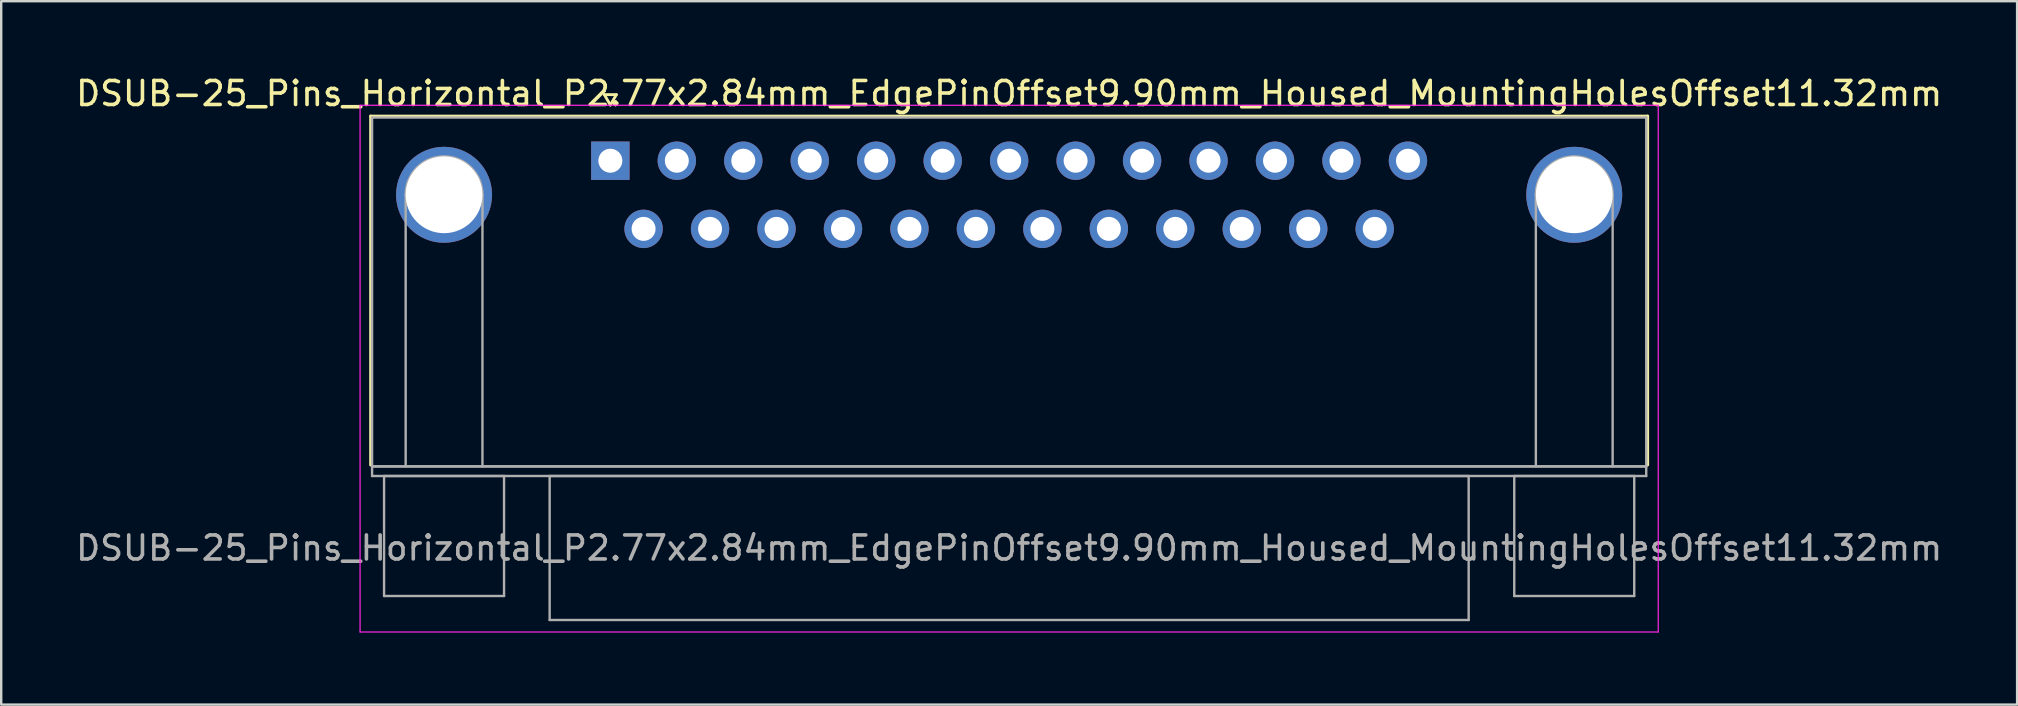
<source format=kicad_pcb>
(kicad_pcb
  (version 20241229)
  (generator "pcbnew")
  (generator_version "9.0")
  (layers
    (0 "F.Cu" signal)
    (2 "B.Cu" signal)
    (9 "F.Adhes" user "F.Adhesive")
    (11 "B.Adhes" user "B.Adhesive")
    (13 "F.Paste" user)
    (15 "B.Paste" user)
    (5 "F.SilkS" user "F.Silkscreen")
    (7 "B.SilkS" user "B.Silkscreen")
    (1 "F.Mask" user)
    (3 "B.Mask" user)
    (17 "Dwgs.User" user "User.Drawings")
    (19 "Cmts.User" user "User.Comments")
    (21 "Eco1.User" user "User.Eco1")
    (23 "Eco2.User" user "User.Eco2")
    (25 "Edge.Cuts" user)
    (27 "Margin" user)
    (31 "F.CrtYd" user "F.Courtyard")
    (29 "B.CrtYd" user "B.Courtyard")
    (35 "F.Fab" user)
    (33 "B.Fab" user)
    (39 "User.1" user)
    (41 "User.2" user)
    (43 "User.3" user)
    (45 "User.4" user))
  (footprint "DSUB-25_Pins_Horizontal_P2.77x2.84mm_EdgePinOffset9.90mm_Housed_MountingHolesOffset11.32mm"
    (layer "F.Cu")
    (at 22.386 3.648)
    (property "Reference" "DSUB-25_Pins_Horizontal_P2.77x2.84mm_EdgePinOffset9.90mm_Housed_MountingHolesOffset11.32mm" (at 16.62 -2.8 0) (layer "F.SilkS") (effects (font (size 1 1) (thickness 0.15))))
    (attr through_hole)
    (fp_line (start -9.99 -1.86) (end 43.23 -1.86) (stroke (width 0.12) (type solid)) (layer "F.SilkS"))
    (fp_line (start -9.99 12.68) (end -9.99 -1.86) (stroke (width 0.12) (type solid)) (layer "F.SilkS"))
    (fp_line (start -0.25 -2.754) (end 0.25 -2.754) (stroke (width 0.12) (type solid)) (layer "F.SilkS"))
    (fp_line (start 0 -2.321) (end -0.25 -2.754) (stroke (width 0.12) (type solid)) (layer "F.SilkS"))
    (fp_line (start 0.25 -2.754) (end 0 -2.321) (stroke (width 0.12) (type solid)) (layer "F.SilkS"))
    (fp_line (start 43.23 -1.86) (end 43.23 12.68) (stroke (width 0.12) (type solid)) (layer "F.SilkS"))
    (fp_line (start -10.43 -2.31) (end -10.43 19.64) (stroke (width 0.05) (type solid)) (layer "F.CrtYd"))
    (fp_line (start -10.43 19.64) (end 43.67 19.64) (stroke (width 0.05) (type solid)) (layer "F.CrtYd"))
    (fp_line (start 43.67 -2.31) (end -10.43 -2.31) (stroke (width 0.05) (type solid)) (layer "F.CrtYd"))
    (fp_line (start 43.67 19.64) (end 43.67 -2.31) (stroke (width 0.05) (type solid)) (layer "F.CrtYd"))
    (fp_line (start -9.93 -1.8) (end -9.93 12.74) (stroke (width 0.1) (type solid)) (layer "F.Fab"))
    (fp_line (start -9.93 12.74) (end -9.93 13.14) (stroke (width 0.1) (type solid)) (layer "F.Fab"))
    (fp_line (start -9.93 12.74) (end 43.17 12.74) (stroke (width 0.1) (type solid)) (layer "F.Fab"))
    (fp_line (start -9.93 13.14) (end 43.17 13.14) (stroke (width 0.1) (type solid)) (layer "F.Fab"))
    (fp_line (start -9.43 13.14) (end -9.43 18.14) (stroke (width 0.1) (type solid)) (layer "F.Fab"))
    (fp_line (start -9.43 18.14) (end -4.43 18.14) (stroke (width 0.1) (type solid)) (layer "F.Fab"))
    (fp_line (start -8.53 12.74) (end -8.53 1.42) (stroke (width 0.1) (type solid)) (layer "F.Fab"))
    (fp_line (start -5.33 12.74) (end -5.33 1.42) (stroke (width 0.1) (type solid)) (layer "F.Fab"))
    (fp_line (start -4.43 13.14) (end -9.43 13.14) (stroke (width 0.1) (type solid)) (layer "F.Fab"))
    (fp_line (start -4.43 18.14) (end -4.43 13.14) (stroke (width 0.1) (type solid)) (layer "F.Fab"))
    (fp_line (start -2.53 13.14) (end -2.53 19.14) (stroke (width 0.1) (type solid)) (layer "F.Fab"))
    (fp_line (start -2.53 19.14) (end 35.77 19.14) (stroke (width 0.1) (type solid)) (layer "F.Fab"))
    (fp_line (start 35.77 13.14) (end -2.53 13.14) (stroke (width 0.1) (type solid)) (layer "F.Fab"))
    (fp_line (start 35.77 19.14) (end 35.77 13.14) (stroke (width 0.1) (type solid)) (layer "F.Fab"))
    (fp_line (start 37.67 13.14) (end 37.67 18.14) (stroke (width 0.1) (type solid)) (layer "F.Fab"))
    (fp_line (start 37.67 18.14) (end 42.67 18.14) (stroke (width 0.1) (type solid)) (layer "F.Fab"))
    (fp_line (start 38.57 12.74) (end 38.57 1.42) (stroke (width 0.1) (type solid)) (layer "F.Fab"))
    (fp_line (start 41.77 12.74) (end 41.77 1.42) (stroke (width 0.1) (type solid)) (layer "F.Fab"))
    (fp_line (start 42.67 13.14) (end 37.67 13.14) (stroke (width 0.1) (type solid)) (layer "F.Fab"))
    (fp_line (start 42.67 18.14) (end 42.67 13.14) (stroke (width 0.1) (type solid)) (layer "F.Fab"))
    (fp_line (start 43.17 -1.8) (end -9.93 -1.8) (stroke (width 0.1) (type solid)) (layer "F.Fab"))
    (fp_line (start 43.17 12.74) (end -9.93 12.74) (stroke (width 0.1) (type solid)) (layer "F.Fab"))
    (fp_line (start 43.17 12.74) (end 43.17 -1.8) (stroke (width 0.1) (type solid)) (layer "F.Fab"))
    (fp_line (start 43.17 13.14) (end 43.17 12.74) (stroke (width 0.1) (type solid)) (layer "F.Fab"))
    (fp_arc (start -8.53 1.42) (mid -6.93 -0.18) (end -5.33 1.42) (stroke (width 0.1) (type solid)) (layer "F.Fab"))
    (fp_arc (start 38.57 1.42) (mid 40.17 -0.18) (end 41.77 1.42) (stroke (width 0.1) (type solid)) (layer "F.Fab"))
    (fp_text user "${REFERENCE}" (at 16.62 16.14 0) (layer "F.Fab") (effects (font (size 1 1) (thickness 0.15))))
    (pad "0" thru_hole circle (at -6.93 1.42) (size 4 4) (drill 3.2) (layers "*.Cu" "*.Mask"))
    (pad "0" thru_hole circle (at 40.17 1.42) (size 4 4) (drill 3.2) (layers "*.Cu" "*.Mask"))
    (pad "1" thru_hole rect (at 0 0) (size 1.6 1.6) (drill 1) (layers "*.Cu" "*.Mask"))
    (pad "2" thru_hole circle (at 2.77 0) (size 1.6 1.6) (drill 1) (layers "*.Cu" "*.Mask"))
    (pad "3" thru_hole circle (at 5.54 0) (size 1.6 1.6) (drill 1) (layers "*.Cu" "*.Mask"))
    (pad "4" thru_hole circle (at 8.31 0) (size 1.6 1.6) (drill 1) (layers "*.Cu" "*.Mask"))
    (pad "5" thru_hole circle (at 11.08 0) (size 1.6 1.6) (drill 1) (layers "*.Cu" "*.Mask"))
    (pad "6" thru_hole circle (at 13.85 0) (size 1.6 1.6) (drill 1) (layers "*.Cu" "*.Mask"))
    (pad "7" thru_hole circle (at 16.62 0) (size 1.6 1.6) (drill 1) (layers "*.Cu" "*.Mask"))
    (pad "8" thru_hole circle (at 19.39 0) (size 1.6 1.6) (drill 1) (layers "*.Cu" "*.Mask"))
    (pad "9" thru_hole circle (at 22.16 0) (size 1.6 1.6) (drill 1) (layers "*.Cu" "*.Mask"))
    (pad "10" thru_hole circle (at 24.93 0) (size 1.6 1.6) (drill 1) (layers "*.Cu" "*.Mask"))
    (pad "11" thru_hole circle (at 27.7 0) (size 1.6 1.6) (drill 1) (layers "*.Cu" "*.Mask"))
    (pad "12" thru_hole circle (at 30.47 0) (size 1.6 1.6) (drill 1) (layers "*.Cu" "*.Mask"))
    (pad "13" thru_hole circle (at 33.24 0) (size 1.6 1.6) (drill 1) (layers "*.Cu" "*.Mask"))
    (pad "14" thru_hole circle (at 1.385 2.84) (size 1.6 1.6) (drill 1) (layers "*.Cu" "*.Mask"))
    (pad "15" thru_hole circle (at 4.155 2.84) (size 1.6 1.6) (drill 1) (layers "*.Cu" "*.Mask"))
    (pad "16" thru_hole circle (at 6.925 2.84) (size 1.6 1.6) (drill 1) (layers "*.Cu" "*.Mask"))
    (pad "17" thru_hole circle (at 9.695 2.84) (size 1.6 1.6) (drill 1) (layers "*.Cu" "*.Mask"))
    (pad "18" thru_hole circle (at 12.465 2.84) (size 1.6 1.6) (drill 1) (layers "*.Cu" "*.Mask"))
    (pad "19" thru_hole circle (at 15.235 2.84) (size 1.6 1.6) (drill 1) (layers "*.Cu" "*.Mask"))
    (pad "20" thru_hole circle (at 18.005 2.84) (size 1.6 1.6) (drill 1) (layers "*.Cu" "*.Mask"))
    (pad "21" thru_hole circle (at 20.775 2.84) (size 1.6 1.6) (drill 1) (layers "*.Cu" "*.Mask"))
    (pad "22" thru_hole circle (at 23.545 2.84) (size 1.6 1.6) (drill 1) (layers "*.Cu" "*.Mask"))
    (pad "23" thru_hole circle (at 26.315 2.84) (size 1.6 1.6) (drill 1) (layers "*.Cu" "*.Mask"))
    (pad "24" thru_hole circle (at 29.085 2.84) (size 1.6 1.6) (drill 1) (layers "*.Cu" "*.Mask"))
    (pad "25" thru_hole circle (at 31.855 2.84) (size 1.6 1.6) (drill 1) (layers "*.Cu" "*.Mask")))
  (gr_rect
    (start -3 -3)
    (end 81.012 26.313)
    (stroke (width 0.1) (type default))
    (fill no)
    (layer "Edge.Cuts")))
</source>
